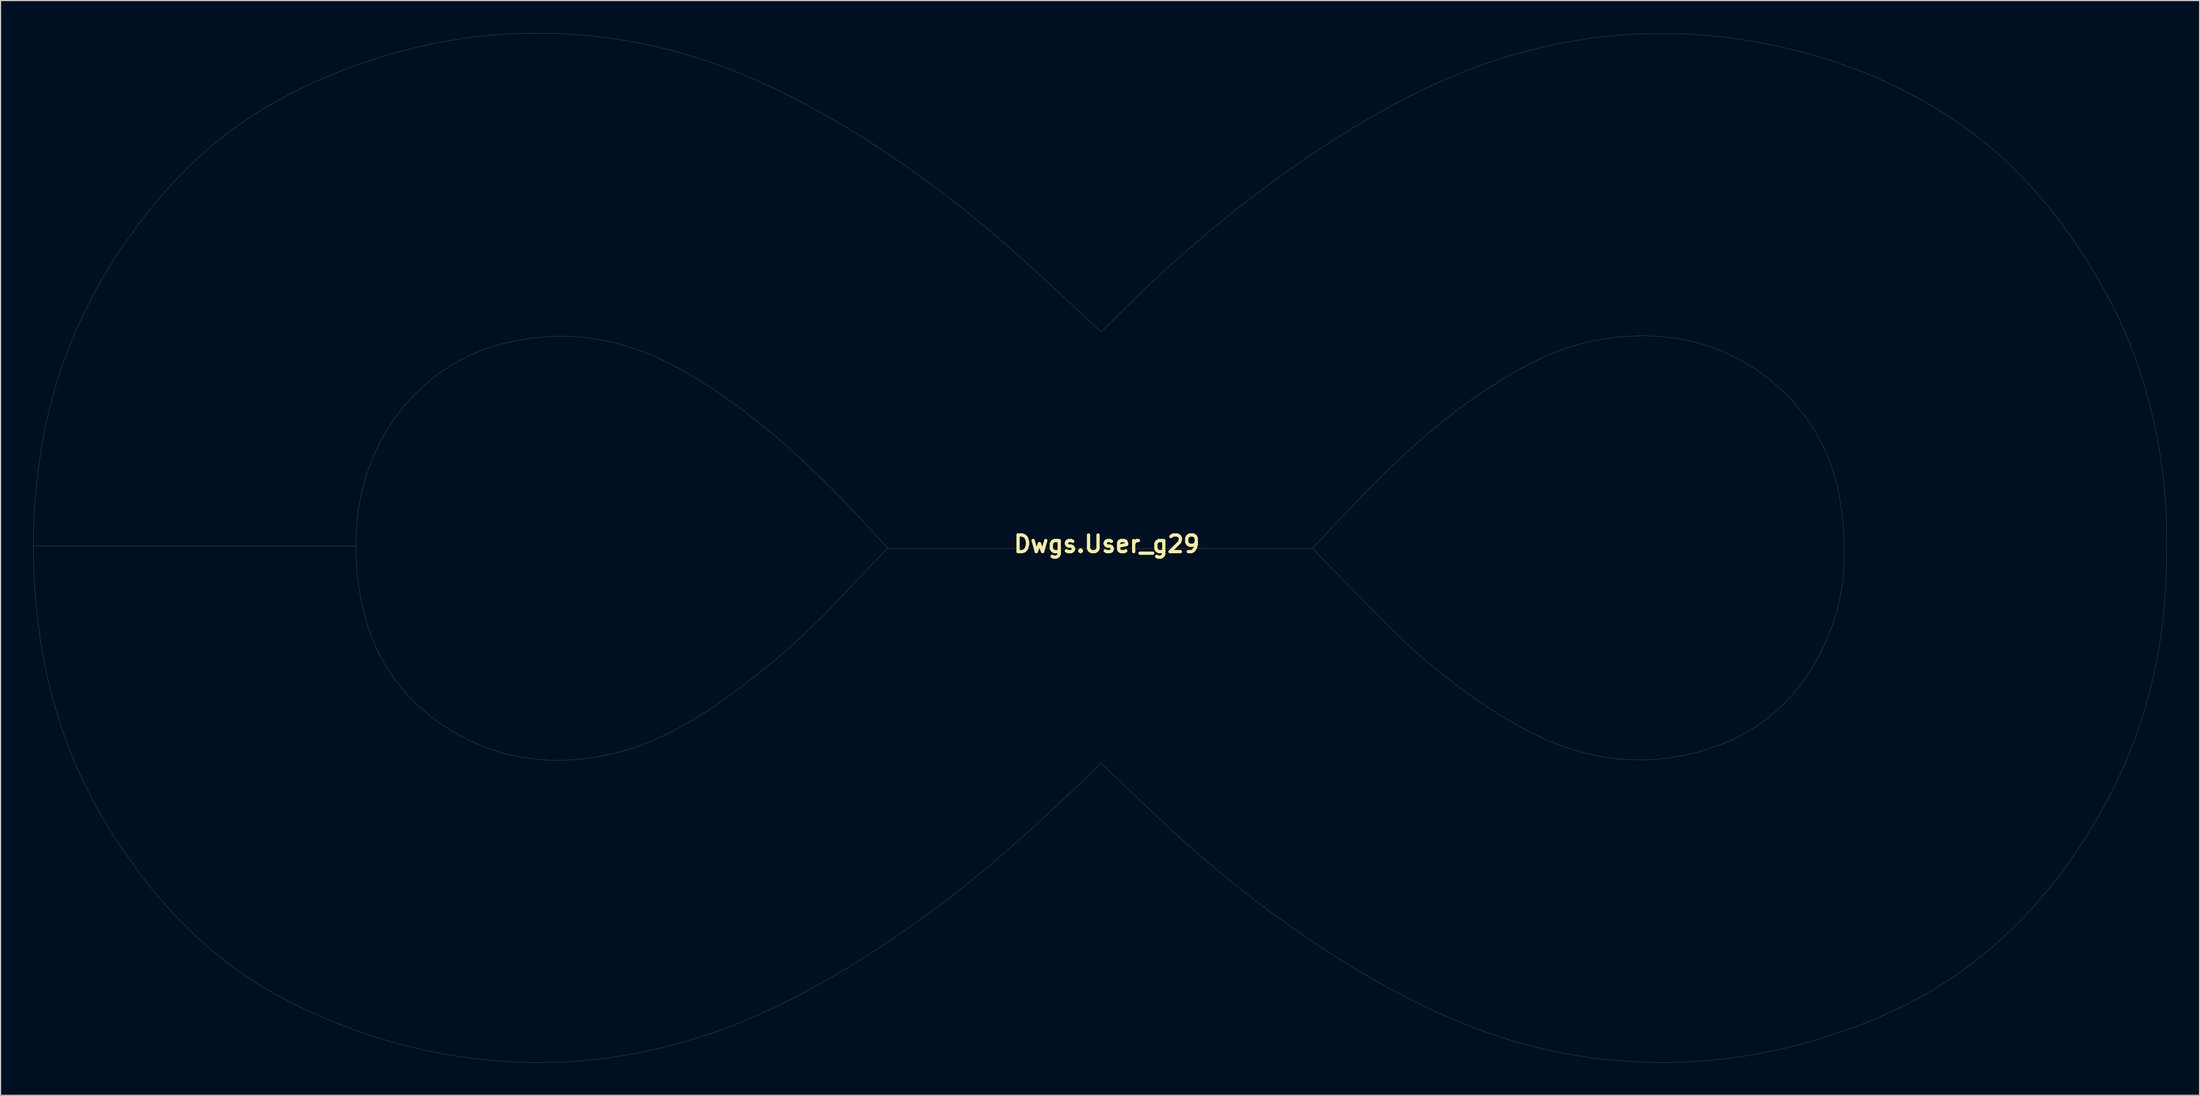
<source format=kicad_pcb>
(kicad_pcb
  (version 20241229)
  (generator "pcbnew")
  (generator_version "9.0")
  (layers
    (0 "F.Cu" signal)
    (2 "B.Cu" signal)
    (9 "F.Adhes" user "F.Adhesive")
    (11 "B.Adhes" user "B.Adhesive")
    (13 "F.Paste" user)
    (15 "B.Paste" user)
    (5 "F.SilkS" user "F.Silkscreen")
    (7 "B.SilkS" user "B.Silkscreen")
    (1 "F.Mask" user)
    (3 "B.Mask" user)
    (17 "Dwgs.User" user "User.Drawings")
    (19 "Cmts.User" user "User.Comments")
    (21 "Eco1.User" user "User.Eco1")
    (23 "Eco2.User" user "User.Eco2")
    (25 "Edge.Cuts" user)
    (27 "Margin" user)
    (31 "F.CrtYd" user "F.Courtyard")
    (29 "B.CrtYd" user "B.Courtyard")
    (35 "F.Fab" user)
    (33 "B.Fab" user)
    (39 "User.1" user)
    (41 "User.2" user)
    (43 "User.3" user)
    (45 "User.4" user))
  (footprint "Dwgs.User_g29"
    (layer "F.Cu")
    (at 98.382 46.821)
    (property "Reference" "Dwgs.User_g29" (at 0 0 0) (layer "F.SilkS") (effects (font (size 1.524 1.524) (thickness 0.3))))
    (attr through_hole)
    (fp_poly (pts (xy -52.213 -46.816) (xy -51.916 -46.815) (xy -51.618 -46.813) (xy -51.326 -46.811) (xy -51.044 -46.807) (xy -50.777 -46.803) (xy -50.53 -46.799) (xy -50.309 -46.794) (xy -50.118 -46.788) (xy -49.963 -46.782) (xy -49.922 -46.78) (xy -48.594 -46.694) (xy -47.295 -46.579) (xy -46.021 -46.436) (xy -44.769 -46.263) (xy -43.535 -46.06) (xy -42.314 -45.826) (xy -41.105 -45.56) (xy -39.902 -45.261) (xy -38.702 -44.929) (xy -37.503 -44.563) (xy -36.299 -44.162) (xy -35.088 -43.726) (xy -35.041 -43.709) (xy -33.852 -43.246) (xy -32.647 -42.745) (xy -31.429 -42.206) (xy -30.199 -41.63) (xy -28.958 -41.018) (xy -27.707 -40.37) (xy -26.447 -39.686) (xy -25.179 -38.969) (xy -23.906 -38.218) (xy -22.627 -37.435) (xy -21.344 -36.619) (xy -20.059 -35.772) (xy -18.772 -34.894) (xy -17.485 -33.987) (xy -16.199 -33.05) (xy -14.914 -32.085) (xy -13.633 -31.091) (xy -12.356 -30.071) (xy -12.224 -29.963) (xy -11.893 -29.694) (xy -11.569 -29.427) (xy -11.248 -29.162) (xy -10.93 -28.897) (xy -10.613 -28.63) (xy -10.295 -28.361) (xy -9.975 -28.088) (xy -9.651 -27.809) (xy -9.322 -27.523) (xy -8.986 -27.228) (xy -8.641 -26.924) (xy -8.285 -26.609) (xy -7.918 -26.281) (xy -7.538 -25.938) (xy -7.142 -25.581) (xy -6.73 -25.206) (xy -6.3 -24.813) (xy -5.85 -24.401) (xy -5.379 -23.967) (xy -4.885 -23.51) (xy -4.366 -23.03) (xy -3.821 -22.524) (xy -3.249 -21.992) (xy -2.784 -21.558) (xy -2.475 -21.27) (xy -2.195 -21.01) (xy -1.944 -20.775) (xy -1.719 -20.566) (xy -1.519 -20.379) (xy -1.342 -20.215) (xy -1.187 -20.071) (xy -1.053 -19.947) (xy -0.939 -19.841) (xy -0.841 -19.751) (xy -0.76 -19.676) (xy -0.693 -19.615) (xy -0.639 -19.566) (xy -0.597 -19.528) (xy -0.565 -19.501) (xy -0.541 -19.481) (xy -0.525 -19.468) (xy -0.514 -19.461) (xy -0.507 -19.458) (xy -0.503 -19.457) (xy -0.502 -19.458) (xy -0.485 -19.473) (xy -0.44 -19.517) (xy -0.369 -19.586) (xy -0.274 -19.679) (xy -0.157 -19.795) (xy -0.02 -19.93) (xy 0.135 -20.084) (xy 0.306 -20.254) (xy 0.491 -20.437) (xy 0.688 -20.633) (xy 0.895 -20.84) (xy 1.076 -21.02) (xy 1.5 -21.442) (xy 1.898 -21.838) (xy 2.275 -22.209) (xy 2.634 -22.561) (xy 2.98 -22.897) (xy 3.314 -23.22) (xy 3.643 -23.533) (xy 3.968 -23.842) (xy 4.295 -24.148) (xy 4.626 -24.457) (xy 4.966 -24.77) (xy 5.318 -25.093) (xy 5.482 -25.243) (xy 6.983 -26.587) (xy 8.502 -27.903) (xy 10.038 -29.188) (xy 11.587 -30.442) (xy 13.149 -31.663) (xy 14.722 -32.85) (xy 16.304 -34) (xy 17.893 -35.114) (xy 19.488 -36.19) (xy 21.086 -37.225) (xy 22.534 -38.127) (xy 23.832 -38.904) (xy 25.117 -39.641) (xy 26.392 -40.339) (xy 27.657 -40.999) (xy 28.913 -41.62) (xy 30.161 -42.204) (xy 31.404 -42.75) (xy 32.641 -43.259) (xy 33.875 -43.733) (xy 35.106 -44.17) (xy 36.335 -44.572) (xy 37.565 -44.94) (xy 38.795 -45.273) (xy 40.028 -45.572) (xy 41.264 -45.838) (xy 42.506 -46.071) (xy 42.736 -46.11) (xy 43.361 -46.213) (xy 43.966 -46.305) (xy 44.56 -46.388) (xy 45.149 -46.463) (xy 45.74 -46.53) (xy 46.34 -46.59) (xy 46.956 -46.643) (xy 47.595 -46.691) (xy 48.265 -46.735) (xy 48.726 -46.761) (xy 48.86 -46.767) (xy 49.032 -46.773) (xy 49.237 -46.777) (xy 49.47 -46.781) (xy 49.727 -46.784) (xy 50.002 -46.786) (xy 50.291 -46.788) (xy 50.59 -46.789) (xy 50.893 -46.789) (xy 51.196 -46.789) (xy 51.493 -46.788) (xy 51.782 -46.786) (xy 52.055 -46.783) (xy 52.31 -46.78) (xy 52.541 -46.776) (xy 52.743 -46.772) (xy 52.912 -46.766) (xy 53.023 -46.761) (xy 53.716 -46.721) (xy 54.375 -46.676) (xy 55.01 -46.625) (xy 55.628 -46.567) (xy 56.239 -46.502) (xy 56.851 -46.428) (xy 57.472 -46.344) (xy 57.637 -46.321) (xy 59.103 -46.092) (xy 60.546 -45.827) (xy 61.965 -45.527) (xy 63.361 -45.192) (xy 64.734 -44.822) (xy 66.084 -44.416) (xy 67.41 -43.974) (xy 68.714 -43.498) (xy 69.994 -42.986) (xy 71.251 -42.438) (xy 72.485 -41.855) (xy 73.696 -41.237) (xy 74.74 -40.666) (xy 75.6 -40.166) (xy 76.454 -39.643) (xy 77.295 -39.102) (xy 78.118 -38.546) (xy 78.919 -37.979) (xy 79.692 -37.403) (xy 80.432 -36.823) (xy 81.037 -36.325) (xy 81.378 -36.034) (xy 81.7 -35.753) (xy 82.011 -35.475) (xy 82.318 -35.193) (xy 82.629 -34.9) (xy 82.953 -34.588) (xy 83.256 -34.291) (xy 84.023 -33.512) (xy 84.773 -32.707) (xy 85.508 -31.875) (xy 86.23 -31.013) (xy 86.939 -30.121) (xy 87.637 -29.197) (xy 88.324 -28.238) (xy 89.003 -27.244) (xy 89.673 -26.213) (xy 90.338 -25.143) (xy 90.997 -24.032) (xy 91.034 -23.967) (xy 91.681 -22.813) (xy 92.288 -21.647) (xy 92.858 -20.47) (xy 93.39 -19.277) (xy 93.887 -18.067) (xy 94.347 -16.839) (xy 94.774 -15.59) (xy 95.166 -14.317) (xy 95.526 -13.02) (xy 95.65 -12.536) (xy 95.98 -11.139) (xy 96.268 -9.746) (xy 96.515 -8.353) (xy 96.72 -6.96) (xy 96.885 -5.564) (xy 97.009 -4.164) (xy 97.059 -3.397) (xy 97.074 -3.136) (xy 97.087 -2.902) (xy 97.098 -2.688) (xy 97.108 -2.489) (xy 97.116 -2.298) (xy 97.122 -2.11) (xy 97.128 -1.92) (xy 97.133 -1.72) (xy 97.137 -1.506) (xy 97.14 -1.272) (xy 97.143 -1.011) (xy 97.146 -0.718) (xy 97.148 -0.476) (xy 97.147 0.86) (xy 97.122 2.165) (xy 97.072 3.439) (xy 96.997 4.685) (xy 96.896 5.906) (xy 96.771 7.104) (xy 96.619 8.28) (xy 96.442 9.438) (xy 96.239 10.58) (xy 96.01 11.708) (xy 95.831 12.499) (xy 95.518 13.757) (xy 95.172 14.997) (xy 94.793 16.22) (xy 94.381 17.429) (xy 93.933 18.626) (xy 93.45 19.813) (xy 92.93 20.991) (xy 92.373 22.165) (xy 91.777 23.334) (xy 91.142 24.503) (xy 90.467 25.672) (xy 89.793 26.776) (xy 89.053 27.921) (xy 88.284 29.04) (xy 87.487 30.13) (xy 86.663 31.192) (xy 85.813 32.224) (xy 84.938 33.225) (xy 84.039 34.194) (xy 83.116 35.13) (xy 82.172 36.031) (xy 81.206 36.897) (xy 80.22 37.726) (xy 80.193 37.748) (xy 79.24 38.496) (xy 78.256 39.216) (xy 77.24 39.909) (xy 76.193 40.575) (xy 75.115 41.214) (xy 74.004 41.825) (xy 72.862 42.409) (xy 71.688 42.966) (xy 70.481 43.496) (xy 69.242 44) (xy 67.971 44.476) (xy 66.667 44.926) (xy 65.33 45.349) (xy 65.224 45.381) (xy 63.819 45.782) (xy 62.41 46.142) (xy 60.998 46.46) (xy 59.584 46.737) (xy 58.167 46.971) (xy 56.749 47.164) (xy 55.33 47.316) (xy 53.91 47.425) (xy 52.491 47.492) (xy 51.072 47.517) (xy 49.655 47.501) (xy 48.503 47.456) (xy 47.181 47.371) (xy 45.875 47.255) (xy 44.583 47.104) (xy 43.303 46.921) (xy 42.033 46.703) (xy 40.771 46.45) (xy 39.515 46.161) (xy 38.262 45.837) (xy 37.01 45.476) (xy 35.757 45.079) (xy 34.502 44.643) (xy 33.241 44.17) (xy 31.972 43.658) (xy 30.694 43.106) (xy 29.76 42.681) (xy 29.6 42.606) (xy 29.408 42.514) (xy 29.19 42.408) (xy 28.951 42.292) (xy 28.697 42.166) (xy 28.433 42.036) (xy 28.165 41.903) (xy 27.899 41.769) (xy 27.64 41.639) (xy 27.394 41.515) (xy 27.166 41.398) (xy 26.962 41.294) (xy 26.788 41.203) (xy 26.723 41.168) (xy 25.25 40.365) (xy 23.773 39.521) (xy 22.295 38.639) (xy 20.818 37.718) (xy 19.344 36.761) (xy 17.875 35.769) (xy 16.412 34.744) (xy 14.958 33.686) (xy 13.515 32.598) (xy 12.085 31.481) (xy 10.67 30.335) (xy 9.272 29.164) (xy 7.948 28.015) (xy 7.72 27.814) (xy 7.499 27.618) (xy 7.283 27.426) (xy 7.071 27.236) (xy 6.86 27.046) (xy 6.648 26.855) (xy 6.434 26.66) (xy 6.216 26.461) (xy 5.992 26.255) (xy 5.76 26.041) (xy 5.519 25.817) (xy 5.266 25.581) (xy 5 25.332) (xy 4.719 25.068) (xy 4.421 24.787) (xy 4.104 24.488) (xy 3.766 24.169) (xy 3.406 23.827) (xy 3.022 23.462) (xy 2.612 23.072) (xy 2.174 22.655) (xy 1.989 22.479) (xy 1.771 22.271) (xy 1.549 22.06) (xy 1.329 21.85) (xy 1.112 21.644) (xy 0.904 21.445) (xy 0.706 21.257) (xy 0.523 21.084) (xy 0.359 20.927) (xy 0.217 20.792) (xy 0.1 20.681) (xy 0.056 20.639) (xy -0.511 20.102) (xy -0.663 20.25) (xy -0.713 20.298) (xy -0.792 20.373) (xy -0.897 20.473) (xy -1.026 20.596) (xy -1.177 20.739) (xy -1.348 20.901) (xy -1.537 21.08) (xy -1.741 21.272) (xy -1.958 21.477) (xy -2.186 21.693) (xy -2.422 21.916) (xy -2.666 22.146) (xy -2.913 22.379) (xy -3.162 22.614) (xy -3.412 22.849) (xy -3.659 23.082) (xy -3.901 23.31) (xy -4.137 23.532) (xy -4.363 23.745) (xy -4.578 23.947) (xy -4.78 24.137) (xy -4.966 24.312) (xy -5.135 24.47) (xy -5.283 24.608) (xy -5.409 24.726) (xy -5.44 24.755) (xy -6.653 25.875) (xy -7.853 26.958) (xy -9.042 28.005) (xy -10.222 29.021) (xy -11.396 30.005) (xy -12.568 30.961) (xy -13.738 31.89) (xy -14.911 32.794) (xy -16.088 33.677) (xy -17.272 34.539) (xy -18.466 35.383) (xy -19.673 36.21) (xy -20.246 36.595) (xy -21.509 37.424) (xy -22.755 38.217) (xy -23.984 38.972) (xy -25.198 39.692) (xy -26.398 40.376) (xy -27.586 41.025) (xy -28.764 41.64) (xy -29.931 42.221) (xy -31.09 42.769) (xy -32.243 43.285) (xy -33.389 43.768) (xy -34.532 44.22) (xy -35.672 44.641) (xy -36.81 45.032) (xy -37.948 45.393) (xy -39.087 45.725) (xy -40.229 46.029) (xy -41.375 46.304) (xy -42.526 46.553) (xy -43.684 46.774) (xy -44.312 46.883) (xy -45.456 47.057) (xy -46.623 47.205) (xy -47.816 47.327) (xy -49.039 47.422) (xy -50.017 47.478) (xy -50.152 47.483) (xy -50.324 47.488) (xy -50.528 47.493) (xy -50.758 47.497) (xy -51.01 47.5) (xy -51.277 47.503) (xy -51.555 47.506) (xy -51.838 47.507) (xy -52.12 47.509) (xy -52.398 47.509) (xy -52.664 47.509) (xy -52.915 47.508) (xy -53.144 47.506) (xy -53.346 47.504) (xy -53.517 47.501) (xy -53.626 47.497) (xy -55.084 47.424) (xy -56.537 47.31) (xy -57.983 47.153) (xy -59.423 46.955) (xy -60.855 46.715) (xy -62.28 46.433) (xy -63.698 46.11) (xy -65.108 45.746) (xy -66.509 45.34) (xy -67.902 44.893) (xy -69.286 44.406) (xy -70.66 43.877) (xy -72.025 43.307) (xy -73.38 42.696) (xy -74.664 42.075) (xy -75.733 41.519) (xy -76.779 40.932) (xy -77.804 40.312) (xy -78.808 39.659) (xy -79.791 38.973) (xy -80.755 38.253) (xy -81.7 37.498) (xy -82.626 36.708) (xy -83.535 35.883) (xy -84.426 35.021) (xy -85.3 34.123) (xy -86.159 33.187) (xy -87.002 32.213) (xy -87.83 31.201) (xy -88.644 30.15) (xy -89.445 29.059) (xy -89.905 28.406) (xy -90.648 27.307) (xy -91.35 26.21) (xy -92.012 25.111) (xy -92.638 24.009) (xy -93.226 22.899) (xy -93.78 21.781) (xy -94.301 20.65) (xy -94.79 19.505) (xy -94.949 19.113) (xy -95.441 17.824) (xy -95.895 16.519) (xy -96.308 15.198) (xy -96.683 13.863) (xy -97.018 12.512) (xy -97.313 11.146) (xy -97.438 10.499) (xy -97.692 9.022) (xy -97.906 7.533) (xy -98.081 6.034) (xy -98.215 4.529) (xy -98.309 3.019) (xy -98.364 1.507) (xy -98.375 0.233) (xy -68.801 0.233) (xy -68.796 0.813) (xy -68.782 1.362) (xy -68.757 1.889) (xy -68.721 2.405) (xy -68.673 2.92) (xy -68.613 3.443) (xy -68.538 3.984) (xy -68.504 4.212) (xy -68.347 5.116) (xy -68.157 5.993) (xy -67.935 6.844) (xy -67.68 7.67) (xy -67.391 8.471) (xy -67.069 9.248) (xy -66.713 10.002) (xy -66.323 10.734) (xy -65.897 11.444) (xy -65.437 12.134) (xy -64.942 12.805) (xy -64.688 13.123) (xy -64.491 13.359) (xy -64.268 13.612) (xy -64.026 13.875) (xy -63.774 14.142) (xy -63.517 14.404) (xy -63.263 14.655) (xy -63.019 14.886) (xy -62.793 15.091) (xy -62.78 15.102) (xy -62.112 15.66) (xy -61.419 16.189) (xy -60.704 16.687) (xy -59.97 17.152) (xy -59.22 17.582) (xy -58.457 17.975) (xy -57.685 18.33) (xy -56.905 18.645) (xy -56.845 18.668) (xy -56.109 18.925) (xy -55.372 19.147) (xy -54.631 19.337) (xy -53.879 19.494) (xy -53.111 19.621) (xy -52.324 19.717) (xy -51.511 19.784) (xy -51.266 19.798) (xy -51.167 19.802) (xy -51.033 19.805) (xy -50.871 19.806) (xy -50.688 19.808) (xy -50.491 19.808) (xy -50.286 19.807) (xy -50.081 19.806) (xy -49.884 19.804) (xy -49.7 19.801) (xy -49.538 19.798) (xy -49.403 19.794) (xy -49.329 19.791) (xy -48.528 19.733) (xy -47.718 19.646) (xy -46.905 19.53) (xy -46.096 19.386) (xy -45.297 19.216) (xy -44.516 19.021) (xy -43.758 18.802) (xy -43.071 18.576) (xy -42.44 18.345) (xy -41.812 18.095) (xy -41.184 17.825) (xy -40.554 17.534) (xy -39.919 17.221) (xy -39.277 16.884) (xy -38.626 16.522) (xy -37.964 16.134) (xy -37.288 15.718) (xy -36.596 15.273) (xy -35.886 14.799) (xy -35.155 14.293) (xy -34.402 13.754) (xy -34.353 13.719) (xy -33.416 13.027) (xy -32.502 12.33) (xy -31.608 11.624) (xy -30.731 10.907) (xy -29.867 10.175) (xy -29.013 9.426) (xy -28.165 8.657) (xy -27.321 7.864) (xy -26.476 7.044) (xy -25.628 6.195) (xy -24.774 5.314) (xy -23.909 4.397) (xy -23.58 4.043) (xy -23.365 3.81) (xy -23.145 3.574) (xy -22.918 3.332) (xy -22.682 3.082) (xy -22.432 2.819) (xy -22.166 2.541) (xy -21.882 2.244) (xy -21.575 1.926) (xy -21.243 1.583) (xy -21.022 1.355) (xy -20.859 1.186) (xy -20.705 1.027) (xy -20.563 0.879) (xy -20.435 0.745) (xy -20.323 0.628) (xy -20.231 0.53) (xy -20.16 0.454) (xy -20.113 0.403) (xy -20.104 0.392) (xy 18.865 0.392) (xy 19.058 0.594) (xy 19.113 0.651) (xy 19.196 0.737) (xy 19.303 0.848) (xy 19.434 0.983) (xy 19.585 1.14) (xy 19.755 1.315) (xy 19.942 1.508) (xy 20.142 1.715) (xy 20.355 1.934) (xy 20.578 2.164) (xy 20.809 2.402) (xy 21.045 2.645) (xy 21.285 2.892) (xy 21.526 3.14) (xy 21.766 3.387) (xy 22.003 3.631) (xy 22.235 3.87) (xy 22.459 4.1) (xy 22.674 4.321) (xy 22.877 4.53) (xy 23.066 4.724) (xy 23.239 4.901) (xy 23.394 5.06) (xy 23.528 5.197) (xy 23.548 5.217) (xy 24.014 5.694) (xy 24.454 6.141) (xy 24.869 6.561) (xy 25.261 6.956) (xy 25.633 7.327) (xy 25.987 7.678) (xy 26.324 8.009) (xy 26.647 8.323) (xy 26.958 8.622) (xy 27.259 8.908) (xy 27.552 9.182) (xy 27.838 9.447) (xy 28.121 9.705) (xy 28.403 9.957) (xy 28.684 10.206) (xy 28.968 10.453) (xy 29.256 10.702) (xy 29.55 10.952) (xy 29.59 10.986) (xy 30.277 11.557) (xy 30.978 12.119) (xy 31.69 12.671) (xy 32.41 13.21) (xy 33.135 13.736) (xy 33.863 14.246) (xy 34.591 14.739) (xy 35.317 15.213) (xy 36.038 15.666) (xy 36.751 16.098) (xy 37.454 16.505) (xy 38.144 16.886) (xy 38.818 17.24) (xy 39.474 17.565) (xy 40.109 17.859) (xy 40.587 18.065) (xy 41.489 18.421) (xy 42.392 18.736) (xy 43.294 19.01) (xy 44.195 19.242) (xy 45.095 19.434) (xy 45.993 19.584) (xy 46.888 19.692) (xy 47.779 19.759) (xy 48.667 19.784) (xy 49.509 19.769) (xy 50.452 19.711) (xy 51.382 19.612) (xy 52.304 19.473) (xy 53.219 19.293) (xy 54.129 19.071) (xy 54.468 18.978) (xy 55.317 18.717) (xy 56.137 18.426) (xy 56.929 18.104) (xy 57.693 17.75) (xy 58.43 17.365) (xy 59.141 16.947) (xy 59.825 16.498) (xy 60.484 16.015) (xy 61.119 15.499) (xy 61.729 14.95) (xy 62.051 14.637) (xy 62.286 14.399) (xy 62.497 14.179) (xy 62.694 13.966) (xy 62.884 13.75) (xy 63.076 13.523) (xy 63.28 13.273) (xy 63.298 13.25) (xy 63.806 12.587) (xy 64.289 11.889) (xy 64.748 11.158) (xy 65.181 10.395) (xy 65.588 9.6) (xy 65.969 8.776) (xy 66.144 8.366) (xy 66.45 7.58) (xy 66.72 6.783) (xy 66.953 5.973) (xy 67.151 5.149) (xy 67.313 4.311) (xy 67.439 3.456) (xy 67.53 2.583) (xy 67.585 1.691) (xy 67.606 0.779) (xy 67.592 -0.155) (xy 67.543 -1.111) (xy 67.521 -1.408) (xy 67.476 -1.92) (xy 67.422 -2.437) (xy 67.36 -2.95) (xy 67.291 -3.452) (xy 67.217 -3.936) (xy 67.137 -4.393) (xy 67.054 -4.817) (xy 67.043 -4.868) (xy 66.838 -5.732) (xy 66.597 -6.574) (xy 66.319 -7.395) (xy 66.005 -8.194) (xy 65.654 -8.971) (xy 65.267 -9.728) (xy 64.843 -10.464) (xy 64.382 -11.179) (xy 63.884 -11.874) (xy 63.35 -12.549) (xy 62.996 -12.961) (xy 62.861 -13.109) (xy 62.701 -13.279) (xy 62.524 -13.463) (xy 62.335 -13.653) (xy 62.143 -13.845) (xy 61.954 -14.029) (xy 61.774 -14.199) (xy 61.612 -14.349) (xy 61.554 -14.401) (xy 60.866 -14.985) (xy 60.159 -15.531) (xy 59.435 -16.039) (xy 58.694 -16.509) (xy 57.936 -16.94) (xy 57.162 -17.332) (xy 56.372 -17.685) (xy 55.567 -18) (xy 54.747 -18.274) (xy 53.912 -18.509) (xy 53.064 -18.705) (xy 52.202 -18.86) (xy 51.424 -18.964) (xy 50.569 -19.042) (xy 49.696 -19.083) (xy 48.811 -19.087) (xy 47.918 -19.056) (xy 47.021 -18.988) (xy 46.588 -18.943) (xy 45.765 -18.834) (xy 44.971 -18.703) (xy 44.201 -18.546) (xy 43.448 -18.362) (xy 42.706 -18.15) (xy 41.968 -17.907) (xy 41.228 -17.632) (xy 40.555 -17.357) (xy 40.008 -17.115) (xy 39.457 -16.858) (xy 38.899 -16.582) (xy 38.331 -16.286) (xy 37.749 -15.968) (xy 37.151 -15.627) (xy 36.534 -15.261) (xy 35.894 -14.869) (xy 35.229 -14.448) (xy 35.053 -14.334) (xy 34.332 -13.86) (xy 33.616 -13.37) (xy 32.902 -12.863) (xy 32.189 -12.338) (xy 31.476 -11.793) (xy 30.759 -11.226) (xy 30.039 -10.637) (xy 29.312 -10.024) (xy 28.578 -9.385) (xy 27.834 -8.719) (xy 27.079 -8.025) (xy 26.312 -7.3) (xy 25.53 -6.544) (xy 24.732 -5.756) (xy 23.916 -4.933) (xy 23.286 -4.286) (xy 23.017 -4.008) (xy 22.758 -3.74) (xy 22.505 -3.477) (xy 22.256 -3.217) (xy 22.007 -2.956) (xy 21.756 -2.692) (xy 21.499 -2.421) (xy 21.233 -2.14) (xy 20.956 -1.845) (xy 20.664 -1.534) (xy 20.354 -1.204) (xy 20.024 -0.851) (xy 19.67 -0.471) (xy 19.438 -0.222) (xy 18.865 0.392) (xy -20.104 0.392) (xy -20.093 0.379) (xy -20.093 0.377) (xy -20.108 0.357) (xy -20.15 0.309) (xy -20.217 0.234) (xy -20.306 0.136) (xy -20.415 0.015) (xy -20.542 -0.126) (xy -20.686 -0.283) (xy -20.843 -0.456) (xy -21.012 -0.641) (xy -21.191 -0.836) (xy -21.377 -1.039) (xy -21.569 -1.248) (xy -21.764 -1.461) (xy -21.96 -1.674) (xy -22.155 -1.887) (xy -22.347 -2.095) (xy -22.534 -2.298) (xy -22.713 -2.493) (xy -22.884 -2.677) (xy -23.042 -2.848) (xy -23.187 -3.004) (xy -23.316 -3.143) (xy -23.428 -3.262) (xy -23.483 -3.321) (xy -23.859 -3.716) (xy -24.264 -4.134) (xy -24.691 -4.569) (xy -25.136 -5.017) (xy -25.595 -5.473) (xy -26.063 -5.932) (xy -26.535 -6.39) (xy -27.006 -6.842) (xy -27.471 -7.283) (xy -27.927 -7.709) (xy -28.29 -8.044) (xy -29.329 -8.982) (xy -30.362 -9.878) (xy -31.388 -10.735) (xy -32.409 -11.553) (xy -33.426 -12.333) (xy -34.44 -13.076) (xy -35.453 -13.783) (xy -36.466 -14.454) (xy -37.479 -15.092) (xy -38.439 -15.663) (xy -39.208 -16.096) (xy -39.961 -16.493) (xy -40.702 -16.858) (xy -41.437 -17.191) (xy -42.168 -17.495) (xy -42.902 -17.772) (xy -43.641 -18.023) (xy -44.376 -18.246) (xy -45.284 -18.484) (xy -46.197 -18.681) (xy -47.115 -18.836) (xy -48.037 -18.948) (xy -48.962 -19.019) (xy -49.89 -19.048) (xy -50.82 -19.035) (xy -51.751 -18.98) (xy -52.683 -18.882) (xy -53.616 -18.743) (xy -54.548 -18.562) (xy -55.18 -18.415) (xy -56.02 -18.185) (xy -56.84 -17.918) (xy -57.64 -17.614) (xy -58.42 -17.273) (xy -59.179 -16.895) (xy -59.917 -16.481) (xy -60.632 -16.031) (xy -61.325 -15.546) (xy -61.996 -15.025) (xy -62.642 -14.47) (xy -63.265 -13.879) (xy -63.863 -13.255) (xy -64.436 -12.597) (xy -64.73 -12.234) (xy -65.244 -11.549) (xy -65.727 -10.837) (xy -66.178 -10.099) (xy -66.596 -9.339) (xy -66.981 -8.558) (xy -67.331 -7.758) (xy -67.645 -6.943) (xy -67.922 -6.115) (xy -68.162 -5.275) (xy -68.362 -4.427) (xy -68.523 -3.573) (xy -68.632 -2.815) (xy -68.675 -2.445) (xy -68.71 -2.091) (xy -68.739 -1.743) (xy -68.762 -1.394) (xy -68.779 -1.036) (xy -68.791 -0.661) (xy -68.798 -0.261) (xy -68.801 0.173) (xy -68.801 0.233) (xy -98.375 0.233) (xy -98.377 -0.003) (xy -98.35 -1.509) (xy -98.283 -3.008) (xy -98.244 -3.609) (xy -98.129 -5.012) (xy -97.983 -6.389) (xy -97.805 -7.739) (xy -97.595 -9.066) (xy -97.353 -10.37) (xy -97.077 -11.654) (xy -96.768 -12.919) (xy -96.424 -14.166) (xy -96.047 -15.398) (xy -95.634 -16.616) (xy -95.187 -17.821) (xy -94.703 -19.017) (xy -94.184 -20.203) (xy -93.628 -21.381) (xy -93.441 -21.759) (xy -92.808 -22.98) (xy -92.138 -24.185) (xy -91.429 -25.376) (xy -90.682 -26.552) (xy -89.896 -27.715) (xy -89.07 -28.864) (xy -88.205 -30.001) (xy -87.299 -31.126) (xy -86.353 -32.24) (xy -86.278 -32.326) (xy -85.592 -33.09) (xy -84.887 -33.836) (xy -84.17 -34.56) (xy -83.445 -35.254) (xy -82.721 -35.913) (xy -82.688 -35.942) (xy -81.888 -36.625) (xy -81.051 -37.296) (xy -80.181 -37.953) (xy -79.28 -38.594) (xy -78.354 -39.216) (xy -77.406 -39.816) (xy -76.439 -40.39) (xy -76.319 -40.459) (xy -75.848 -40.723) (xy -75.345 -40.995) (xy -74.82 -41.271) (xy -74.28 -41.546) (xy -73.735 -41.815) (xy -73.194 -42.075) (xy -72.665 -42.321) (xy -72.158 -42.548) (xy -72.104 -42.571) (xy -70.811 -43.115) (xy -69.506 -43.624) (xy -68.192 -44.098) (xy -66.87 -44.535) (xy -65.544 -44.935) (xy -64.217 -45.297) (xy -62.89 -45.62) (xy -61.566 -45.905) (xy -60.247 -46.149) (xy -59.425 -46.281) (xy -58.608 -46.398) (xy -57.806 -46.5) (xy -57.01 -46.587) (xy -56.211 -46.661) (xy -55.399 -46.721) (xy -54.563 -46.77) (xy -53.862 -46.801) (xy -53.708 -46.806) (xy -53.519 -46.81) (xy -53.299 -46.813) (xy -53.053 -46.815) (xy -52.786 -46.816) (xy -52.505 -46.816) (xy -52.213 -46.816)) (stroke (width 0.01) (type solid)) (fill no) (layer "Dwgs.User")))
  (gr_rect
    (start -3 -3)
    (end 198.535 97.344)
    (stroke (width 0.1) (type default))
    (fill no)
    (layer "Edge.Cuts")))
</source>
